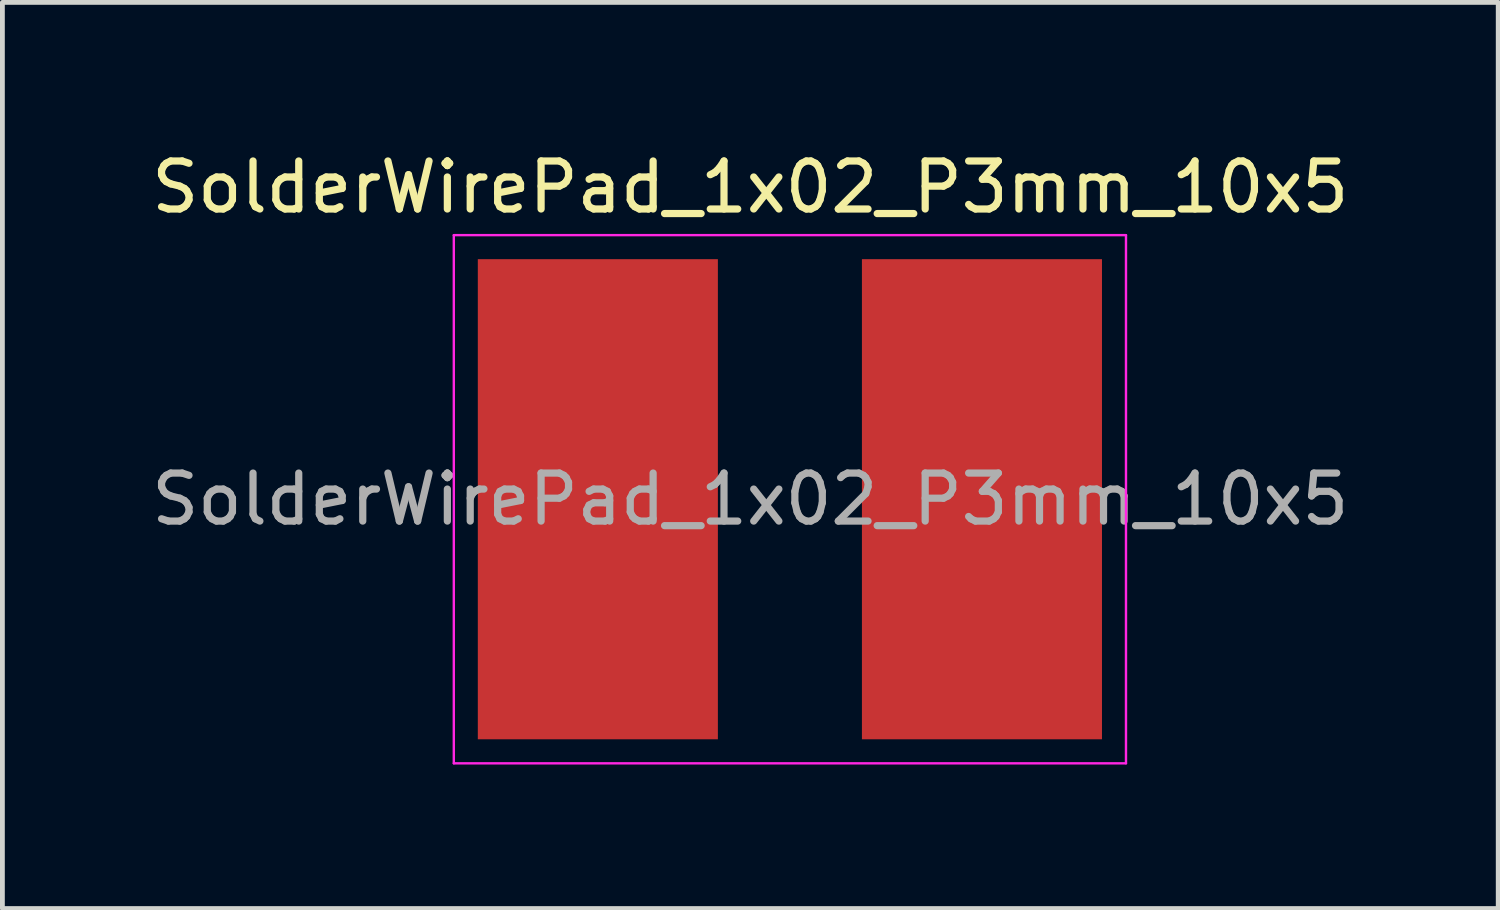
<source format=kicad_pcb>
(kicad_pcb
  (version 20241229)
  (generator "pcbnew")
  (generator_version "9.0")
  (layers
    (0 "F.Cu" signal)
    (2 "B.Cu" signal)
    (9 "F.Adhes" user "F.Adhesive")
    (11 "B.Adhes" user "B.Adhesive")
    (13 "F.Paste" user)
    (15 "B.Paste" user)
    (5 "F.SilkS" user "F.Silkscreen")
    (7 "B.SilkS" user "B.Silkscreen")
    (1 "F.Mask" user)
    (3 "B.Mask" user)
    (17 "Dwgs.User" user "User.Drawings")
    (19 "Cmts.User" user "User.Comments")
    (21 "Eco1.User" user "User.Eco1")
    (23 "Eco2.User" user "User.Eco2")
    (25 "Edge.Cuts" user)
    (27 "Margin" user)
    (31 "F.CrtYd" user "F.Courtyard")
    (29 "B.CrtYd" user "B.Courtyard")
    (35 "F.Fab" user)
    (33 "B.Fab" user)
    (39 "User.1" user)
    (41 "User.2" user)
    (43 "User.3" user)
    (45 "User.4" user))
  (footprint "SolderWirePad_1x02_P3mm_10x5"
    (layer "F.Cu")
    (at 9.402 7.348)
    (property "Reference" "SolderWirePad_1x02_P3mm_10x5" (at 3.175 -6.5 0) (layer "F.SilkS") (effects (font (size 1 1) (thickness 0.15))))
    (attr exclude_from_pos_files exclude_from_bom)
    (fp_line (start -3 -5.5) (end -3 5.5) (stroke (width 0.05) (type solid)) (layer "F.CrtYd"))
    (fp_line (start -3 -5.5) (end 11 -5.5) (stroke (width 0.05) (type solid)) (layer "F.CrtYd"))
    (fp_line (start 11 5.5) (end -3 5.5) (stroke (width 0.05) (type solid)) (layer "F.CrtYd"))
    (fp_line (start 11 5.5) (end 11 -5.5) (stroke (width 0.05) (type solid)) (layer "F.CrtYd"))
    (fp_text user "${REFERENCE}" (at 3.175 0 0) (layer "F.Fab") (effects (font (size 1 1) (thickness 0.15))))
    (pad "1" smd rect (at 0 0) (size 5 10) (layers "F.Cu" "F.Mask" "F.Paste"))
    (pad "2" smd rect (at 8 0) (size 5 10) (layers "F.Cu" "F.Mask" "F.Paste")))
  (gr_rect
    (start -3 -3)
    (end 28.155 15.873)
    (stroke (width 0.1) (type default))
    (fill no)
    (layer "Edge.Cuts")))
</source>
